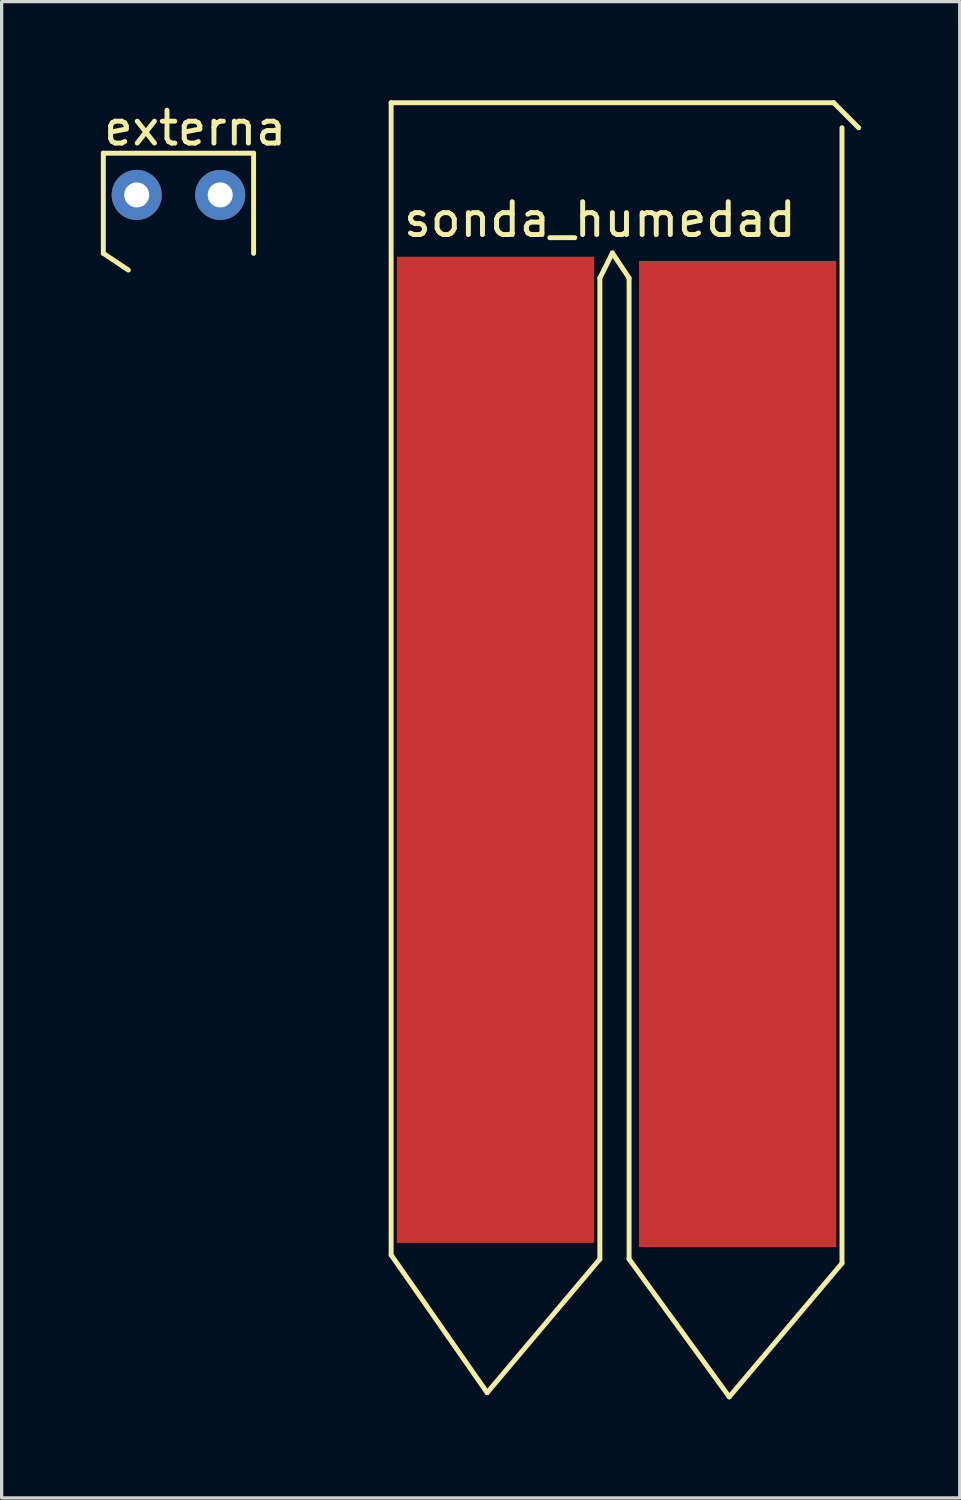
<source format=kicad_pcb>
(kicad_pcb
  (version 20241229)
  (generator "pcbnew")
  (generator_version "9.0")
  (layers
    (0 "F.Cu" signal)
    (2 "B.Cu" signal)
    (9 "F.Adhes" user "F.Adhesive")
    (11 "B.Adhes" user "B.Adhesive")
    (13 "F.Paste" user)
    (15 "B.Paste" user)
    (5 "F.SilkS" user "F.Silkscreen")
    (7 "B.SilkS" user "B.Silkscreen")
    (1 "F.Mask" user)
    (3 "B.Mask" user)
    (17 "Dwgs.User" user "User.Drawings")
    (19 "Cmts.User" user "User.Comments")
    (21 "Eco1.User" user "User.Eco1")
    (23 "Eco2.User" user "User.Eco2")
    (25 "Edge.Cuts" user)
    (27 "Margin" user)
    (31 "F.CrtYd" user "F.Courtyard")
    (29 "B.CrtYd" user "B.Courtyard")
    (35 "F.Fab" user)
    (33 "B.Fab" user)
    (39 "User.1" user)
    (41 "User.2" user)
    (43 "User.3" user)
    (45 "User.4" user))
  (footprint "externa"
    (layer "F.Cu")
    (at 1.109 2.88)
    (property "Reference" "externa" (at 1.778 -2.032 180) (layer "F.SilkS") (effects (font (size 1 1) (thickness 0.15))))
    (attr through_hole)
    (fp_line (start -1.016 -1.27) (end -1.016 1.778) (stroke (width 0.15) (type solid)) (layer "F.SilkS"))
    (fp_line (start -1.016 -1.27) (end 3.556 -1.27) (stroke (width 0.15) (type solid)) (layer "F.SilkS"))
    (fp_line (start -1.016 1.778) (end -0.254 2.286) (stroke (width 0.15) (type solid)) (layer "F.SilkS"))
    (fp_line (start 3.556 -1.27) (end 3.556 1.778) (stroke (width 0.15) (type solid)) (layer "F.SilkS"))
    (pad "1" thru_hole circle (at 0 0) (size 1.524 1.524) (drill 0.762) (layers "*.Cu" "*.Mask"))
    (pad "2" thru_hole circle (at 2.54 0) (size 1.524 1.524) (drill 0.762) (layers "*.Cu" "*.Mask")))
  (footprint "sonda_humedad"
    (layer "F.Cu")
    (at 9.992 25.856)
    (property "Reference" "sonda_humedad" (at 5.207 -22.225 0) (layer "F.SilkS") (effects (font (size 1 1) (thickness 0.15))))
    (attr through_hole)
    (fp_line (start -1.143 -25.781) (end 12.319 -25.781) (stroke (width 0.15) (type solid)) (layer "F.SilkS"))
    (fp_line (start -1.143 9.271) (end -1.143 -25.781) (stroke (width 0.15) (type solid)) (layer "F.SilkS"))
    (fp_line (start 1.778 13.462) (end -1.143 9.271) (stroke (width 0.15) (type solid)) (layer "F.SilkS"))
    (fp_line (start 5.207 -20.447) (end 5.207 9.398) (stroke (width 0.15) (type solid)) (layer "F.SilkS"))
    (fp_line (start 5.207 9.398) (end 1.778 13.462) (stroke (width 0.15) (type solid)) (layer "F.SilkS"))
    (fp_line (start 5.588 -21.209) (end 5.207 -20.447) (stroke (width 0.15) (type solid)) (layer "F.SilkS"))
    (fp_line (start 6.096 -20.447) (end 5.588 -21.209) (stroke (width 0.15) (type solid)) (layer "F.SilkS"))
    (fp_line (start 6.096 9.398) (end 6.096 -20.447) (stroke (width 0.15) (type solid)) (layer "F.SilkS"))
    (fp_line (start 9.144 13.589) (end 6.096 9.398) (stroke (width 0.15) (type solid)) (layer "F.SilkS"))
    (fp_line (start 12.319 -25.781) (end 13.081 -25.019) (stroke (width 0.15) (type solid)) (layer "F.SilkS"))
    (fp_line (start 12.573 -25.019) (end 12.573 9.525) (stroke (width 0.15) (type solid)) (layer "F.SilkS"))
    (fp_line (start 12.573 9.525) (end 9.144 13.589) (stroke (width 0.15) (type solid)) (layer "F.SilkS"))
    (pad "1" smd rect (at 2.032 -6.096) (size 6 30) (layers "F.Cu" "F.Mask" "F.Paste"))
    (pad "2" smd rect (at 9.398 -5.969) (size 6 30) (layers "F.Cu" "F.Mask" "F.Paste")))
  (gr_rect
    (start -3 -3)
    (end 26.148 42.52)
    (stroke (width 0.1) (type default))
    (fill no)
    (layer "Edge.Cuts")))
</source>
